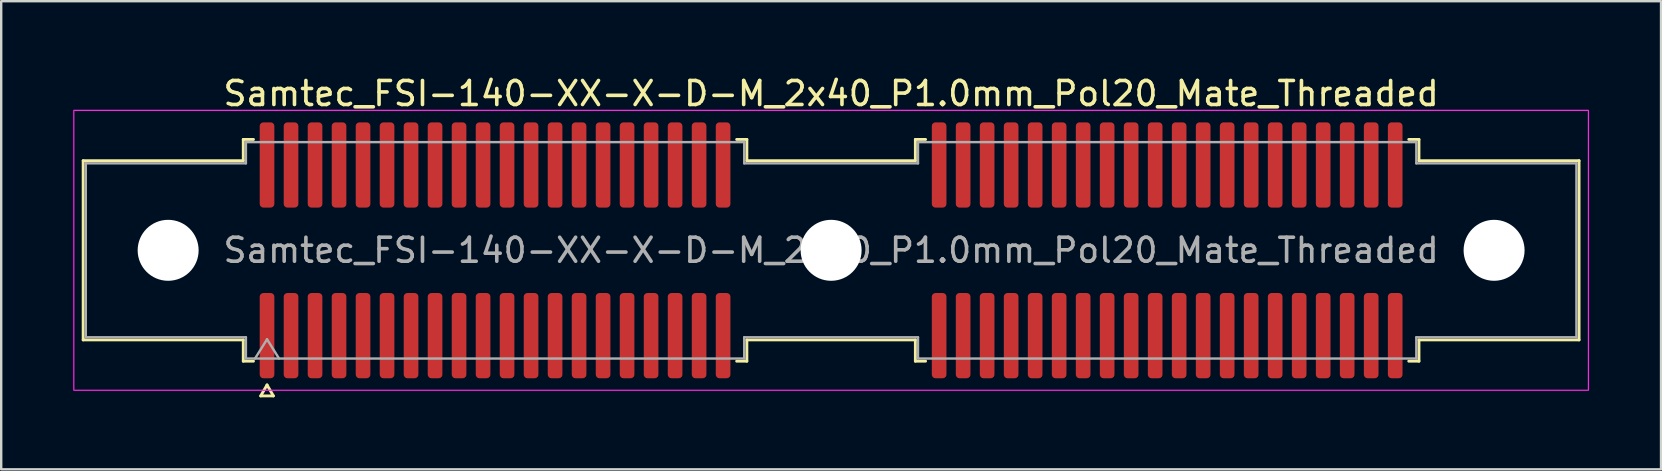
<source format=kicad_pcb>
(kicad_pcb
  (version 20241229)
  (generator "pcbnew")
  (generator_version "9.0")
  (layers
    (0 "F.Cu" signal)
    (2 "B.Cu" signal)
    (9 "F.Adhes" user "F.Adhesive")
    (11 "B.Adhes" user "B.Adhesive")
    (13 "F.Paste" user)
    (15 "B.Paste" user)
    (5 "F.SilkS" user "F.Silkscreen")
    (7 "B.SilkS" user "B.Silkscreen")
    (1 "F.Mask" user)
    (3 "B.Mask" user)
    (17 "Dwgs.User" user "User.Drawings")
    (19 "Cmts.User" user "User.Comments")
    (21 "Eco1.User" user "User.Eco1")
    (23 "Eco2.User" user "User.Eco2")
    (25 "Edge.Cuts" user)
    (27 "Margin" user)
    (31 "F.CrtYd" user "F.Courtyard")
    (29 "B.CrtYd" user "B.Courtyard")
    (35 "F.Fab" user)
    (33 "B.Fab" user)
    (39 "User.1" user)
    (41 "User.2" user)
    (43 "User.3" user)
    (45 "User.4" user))
  (footprint "Samtec_FSI-140-XX-X-D-M_2x40_P1.0mm_Pol20_Mate_Threaded"
    (layer "F.Cu")
    (at 31.575 7.378)
    (property "Reference" "Samtec_FSI-140-XX-X-D-M_2x40_P1.0mm_Pol20_Mate_Threaded" (at 0 -6.53 0) (layer "F.SilkS") (effects (font (size 1 1) (thickness 0.15))))
    (attr exclude_from_pos_files exclude_from_bom)
    (fp_line (start -31.16 -3.733) (end -24.49 -3.733) (stroke (width 0.12) (type solid)) (layer "F.SilkS"))
    (fp_line (start -31.16 3.733) (end -31.16 -3.733) (stroke (width 0.12) (type solid)) (layer "F.SilkS"))
    (fp_line (start -24.49 -4.619) (end -24.065 -4.619) (stroke (width 0.12) (type solid)) (layer "F.SilkS"))
    (fp_line (start -24.49 -3.733) (end -24.49 -4.619) (stroke (width 0.12) (type solid)) (layer "F.SilkS"))
    (fp_line (start -24.49 3.733) (end -31.16 3.733) (stroke (width 0.12) (type solid)) (layer "F.SilkS"))
    (fp_line (start -24.49 4.619) (end -24.49 3.733) (stroke (width 0.12) (type solid)) (layer "F.SilkS"))
    (fp_line (start -24.065 4.619) (end -24.49 4.619) (stroke (width 0.12) (type solid)) (layer "F.SilkS"))
    (fp_line (start -23.764 6.066) (end -23.5 5.609) (stroke (width 0.12) (type solid)) (layer "F.SilkS"))
    (fp_line (start -23.5 5.609) (end -23.236 6.066) (stroke (width 0.12) (type solid)) (layer "F.SilkS"))
    (fp_line (start -23.236 6.066) (end -23.764 6.066) (stroke (width 0.12) (type solid)) (layer "F.SilkS"))
    (fp_line (start -3.935 -4.619) (end -3.51 -4.619) (stroke (width 0.12) (type solid)) (layer "F.SilkS"))
    (fp_line (start -3.51 -4.619) (end -3.51 -3.733) (stroke (width 0.12) (type solid)) (layer "F.SilkS"))
    (fp_line (start -3.51 -3.733) (end 3.51 -3.733) (stroke (width 0.12) (type solid)) (layer "F.SilkS"))
    (fp_line (start -3.51 3.733) (end -3.51 4.619) (stroke (width 0.12) (type solid)) (layer "F.SilkS"))
    (fp_line (start -3.51 4.619) (end -3.935 4.619) (stroke (width 0.12) (type solid)) (layer "F.SilkS"))
    (fp_line (start 3.51 -4.619) (end 3.935 -4.619) (stroke (width 0.12) (type solid)) (layer "F.SilkS"))
    (fp_line (start 3.51 -3.733) (end 3.51 -4.619) (stroke (width 0.12) (type solid)) (layer "F.SilkS"))
    (fp_line (start 3.51 3.733) (end -3.51 3.733) (stroke (width 0.12) (type solid)) (layer "F.SilkS"))
    (fp_line (start 3.51 4.619) (end 3.51 3.733) (stroke (width 0.12) (type solid)) (layer "F.SilkS"))
    (fp_line (start 3.935 4.619) (end 3.51 4.619) (stroke (width 0.12) (type solid)) (layer "F.SilkS"))
    (fp_line (start 24.065 -4.619) (end 24.49 -4.619) (stroke (width 0.12) (type solid)) (layer "F.SilkS"))
    (fp_line (start 24.49 -4.619) (end 24.49 -3.733) (stroke (width 0.12) (type solid)) (layer "F.SilkS"))
    (fp_line (start 24.49 -3.733) (end 31.16 -3.733) (stroke (width 0.12) (type solid)) (layer "F.SilkS"))
    (fp_line (start 24.49 3.733) (end 24.49 4.619) (stroke (width 0.12) (type solid)) (layer "F.SilkS"))
    (fp_line (start 24.49 4.619) (end 24.065 4.619) (stroke (width 0.12) (type solid)) (layer "F.SilkS"))
    (fp_line (start 31.16 -3.733) (end 31.16 3.733) (stroke (width 0.12) (type solid)) (layer "F.SilkS"))
    (fp_line (start 31.16 3.733) (end 24.49 3.733) (stroke (width 0.12) (type solid)) (layer "F.SilkS"))
    (fp_rect (start -31.55 -5.83) (end 31.55 5.83) (stroke (width 0.05) (type solid)) (fill no) (layer "F.CrtYd"))
    (fp_line (start -31.05 -3.623) (end -24.38 -3.623) (stroke (width 0.1) (type solid)) (layer "F.Fab"))
    (fp_line (start -31.05 3.623) (end -31.05 -3.623) (stroke (width 0.1) (type solid)) (layer "F.Fab"))
    (fp_line (start -24.38 -4.508) (end -3.62 -4.508) (stroke (width 0.1) (type solid)) (layer "F.Fab"))
    (fp_line (start -24.38 -3.623) (end -24.38 -4.508) (stroke (width 0.1) (type solid)) (layer "F.Fab"))
    (fp_line (start -24.38 3.623) (end -31.05 3.623) (stroke (width 0.1) (type solid)) (layer "F.Fab"))
    (fp_line (start -24.38 4.508) (end -24.38 3.623) (stroke (width 0.1) (type solid)) (layer "F.Fab"))
    (fp_line (start -24 4.508) (end -23.5 3.708) (stroke (width 0.1) (type solid)) (layer "F.Fab"))
    (fp_line (start -23.5 3.708) (end -23 4.508) (stroke (width 0.1) (type solid)) (layer "F.Fab"))
    (fp_line (start -3.62 -4.508) (end -3.62 -3.623) (stroke (width 0.1) (type solid)) (layer "F.Fab"))
    (fp_line (start -3.62 -3.623) (end 3.62 -3.623) (stroke (width 0.1) (type solid)) (layer "F.Fab"))
    (fp_line (start -3.62 3.623) (end -3.62 4.508) (stroke (width 0.1) (type solid)) (layer "F.Fab"))
    (fp_line (start -3.62 4.508) (end -24.38 4.508) (stroke (width 0.1) (type solid)) (layer "F.Fab"))
    (fp_line (start 3.62 -4.508) (end 24.38 -4.508) (stroke (width 0.1) (type solid)) (layer "F.Fab"))
    (fp_line (start 3.62 -3.623) (end 3.62 -4.508) (stroke (width 0.1) (type solid)) (layer "F.Fab"))
    (fp_line (start 3.62 3.623) (end -3.62 3.623) (stroke (width 0.1) (type solid)) (layer "F.Fab"))
    (fp_line (start 3.62 4.508) (end 3.62 3.623) (stroke (width 0.1) (type solid)) (layer "F.Fab"))
    (fp_line (start 24.38 -4.508) (end 24.38 -3.623) (stroke (width 0.1) (type solid)) (layer "F.Fab"))
    (fp_line (start 24.38 -3.623) (end 31.05 -3.623) (stroke (width 0.1) (type solid)) (layer "F.Fab"))
    (fp_line (start 24.38 3.623) (end 24.38 4.508) (stroke (width 0.1) (type solid)) (layer "F.Fab"))
    (fp_line (start 24.38 4.508) (end 3.62 4.508) (stroke (width 0.1) (type solid)) (layer "F.Fab"))
    (fp_line (start 31.05 -3.623) (end 31.05 3.623) (stroke (width 0.1) (type solid)) (layer "F.Fab"))
    (fp_line (start 31.05 3.623) (end 24.38 3.623) (stroke (width 0.1) (type solid)) (layer "F.Fab"))
    (fp_text user "${REFERENCE}" (at 0 0 0) (layer "F.Fab") (effects (font (size 1 1) (thickness 0.15))))
    (pad "" np_thru_hole circle (at -27.62 0) (size 2.54 2.54) (drill 2.54) (layers "*.Cu" "*.Mask"))
    (pad "" np_thru_hole circle (at 0 0) (size 2.54 2.54) (drill 2.54) (layers "*.Cu" "*.Mask"))
    (pad "" np_thru_hole circle (at 27.62 0) (size 2.54 2.54) (drill 2.54) (layers "*.Cu" "*.Mask"))
    (pad "1" smd roundrect (at -23.5 3.555) (size 0.61 3.55) (layers "F.Cu" "F.Mask") (roundrect_rratio 0.25))
    (pad "2" smd roundrect (at -23.5 -3.555) (size 0.61 3.55) (layers "F.Cu" "F.Mask") (roundrect_rratio 0.25))
    (pad "3" smd roundrect (at -22.5 3.555) (size 0.61 3.55) (layers "F.Cu" "F.Mask") (roundrect_rratio 0.25))
    (pad "4" smd roundrect (at -22.5 -3.555) (size 0.61 3.55) (layers "F.Cu" "F.Mask") (roundrect_rratio 0.25))
    (pad "5" smd roundrect (at -21.5 3.555) (size 0.61 3.55) (layers "F.Cu" "F.Mask") (roundrect_rratio 0.25))
    (pad "6" smd roundrect (at -21.5 -3.555) (size 0.61 3.55) (layers "F.Cu" "F.Mask") (roundrect_rratio 0.25))
    (pad "7" smd roundrect (at -20.5 3.555) (size 0.61 3.55) (layers "F.Cu" "F.Mask") (roundrect_rratio 0.25))
    (pad "8" smd roundrect (at -20.5 -3.555) (size 0.61 3.55) (layers "F.Cu" "F.Mask") (roundrect_rratio 0.25))
    (pad "9" smd roundrect (at -19.5 3.555) (size 0.61 3.55) (layers "F.Cu" "F.Mask") (roundrect_rratio 0.25))
    (pad "10" smd roundrect (at -19.5 -3.555) (size 0.61 3.55) (layers "F.Cu" "F.Mask") (roundrect_rratio 0.25))
    (pad "11" smd roundrect (at -18.5 3.555) (size 0.61 3.55) (layers "F.Cu" "F.Mask") (roundrect_rratio 0.25))
    (pad "12" smd roundrect (at -18.5 -3.555) (size 0.61 3.55) (layers "F.Cu" "F.Mask") (roundrect_rratio 0.25))
    (pad "13" smd roundrect (at -17.5 3.555) (size 0.61 3.55) (layers "F.Cu" "F.Mask") (roundrect_rratio 0.25))
    (pad "14" smd roundrect (at -17.5 -3.555) (size 0.61 3.55) (layers "F.Cu" "F.Mask") (roundrect_rratio 0.25))
    (pad "15" smd roundrect (at -16.5 3.555) (size 0.61 3.55) (layers "F.Cu" "F.Mask") (roundrect_rratio 0.25))
    (pad "16" smd roundrect (at -16.5 -3.555) (size 0.61 3.55) (layers "F.Cu" "F.Mask") (roundrect_rratio 0.25))
    (pad "17" smd roundrect (at -15.5 3.555) (size 0.61 3.55) (layers "F.Cu" "F.Mask") (roundrect_rratio 0.25))
    (pad "18" smd roundrect (at -15.5 -3.555) (size 0.61 3.55) (layers "F.Cu" "F.Mask") (roundrect_rratio 0.25))
    (pad "19" smd roundrect (at -14.5 3.555) (size 0.61 3.55) (layers "F.Cu" "F.Mask") (roundrect_rratio 0.25))
    (pad "20" smd roundrect (at -14.5 -3.555) (size 0.61 3.55) (layers "F.Cu" "F.Mask") (roundrect_rratio 0.25))
    (pad "21" smd roundrect (at -13.5 3.555) (size 0.61 3.55) (layers "F.Cu" "F.Mask") (roundrect_rratio 0.25))
    (pad "22" smd roundrect (at -13.5 -3.555) (size 0.61 3.55) (layers "F.Cu" "F.Mask") (roundrect_rratio 0.25))
    (pad "23" smd roundrect (at -12.5 3.555) (size 0.61 3.55) (layers "F.Cu" "F.Mask") (roundrect_rratio 0.25))
    (pad "24" smd roundrect (at -12.5 -3.555) (size 0.61 3.55) (layers "F.Cu" "F.Mask") (roundrect_rratio 0.25))
    (pad "25" smd roundrect (at -11.5 3.555) (size 0.61 3.55) (layers "F.Cu" "F.Mask") (roundrect_rratio 0.25))
    (pad "26" smd roundrect (at -11.5 -3.555) (size 0.61 3.55) (layers "F.Cu" "F.Mask") (roundrect_rratio 0.25))
    (pad "27" smd roundrect (at -10.5 3.555) (size 0.61 3.55) (layers "F.Cu" "F.Mask") (roundrect_rratio 0.25))
    (pad "28" smd roundrect (at -10.5 -3.555) (size 0.61 3.55) (layers "F.Cu" "F.Mask") (roundrect_rratio 0.25))
    (pad "29" smd roundrect (at -9.5 3.555) (size 0.61 3.55) (layers "F.Cu" "F.Mask") (roundrect_rratio 0.25))
    (pad "30" smd roundrect (at -9.5 -3.555) (size 0.61 3.55) (layers "F.Cu" "F.Mask") (roundrect_rratio 0.25))
    (pad "31" smd roundrect (at -8.5 3.555) (size 0.61 3.55) (layers "F.Cu" "F.Mask") (roundrect_rratio 0.25))
    (pad "32" smd roundrect (at -8.5 -3.555) (size 0.61 3.55) (layers "F.Cu" "F.Mask") (roundrect_rratio 0.25))
    (pad "33" smd roundrect (at -7.5 3.555) (size 0.61 3.55) (layers "F.Cu" "F.Mask") (roundrect_rratio 0.25))
    (pad "34" smd roundrect (at -7.5 -3.555) (size 0.61 3.55) (layers "F.Cu" "F.Mask") (roundrect_rratio 0.25))
    (pad "35" smd roundrect (at -6.5 3.555) (size 0.61 3.55) (layers "F.Cu" "F.Mask") (roundrect_rratio 0.25))
    (pad "36" smd roundrect (at -6.5 -3.555) (size 0.61 3.55) (layers "F.Cu" "F.Mask") (roundrect_rratio 0.25))
    (pad "37" smd roundrect (at -5.5 3.555) (size 0.61 3.55) (layers "F.Cu" "F.Mask") (roundrect_rratio 0.25))
    (pad "38" smd roundrect (at -5.5 -3.555) (size 0.61 3.55) (layers "F.Cu" "F.Mask") (roundrect_rratio 0.25))
    (pad "39" smd roundrect (at -4.5 3.555) (size 0.61 3.55) (layers "F.Cu" "F.Mask") (roundrect_rratio 0.25))
    (pad "40" smd roundrect (at -4.5 -3.555) (size 0.61 3.55) (layers "F.Cu" "F.Mask") (roundrect_rratio 0.25))
    (pad "41" smd roundrect (at 4.5 3.555) (size 0.61 3.55) (layers "F.Cu" "F.Mask") (roundrect_rratio 0.25))
    (pad "42" smd roundrect (at 4.5 -3.555) (size 0.61 3.55) (layers "F.Cu" "F.Mask") (roundrect_rratio 0.25))
    (pad "43" smd roundrect (at 5.5 3.555) (size 0.61 3.55) (layers "F.Cu" "F.Mask") (roundrect_rratio 0.25))
    (pad "44" smd roundrect (at 5.5 -3.555) (size 0.61 3.55) (layers "F.Cu" "F.Mask") (roundrect_rratio 0.25))
    (pad "45" smd roundrect (at 6.5 3.555) (size 0.61 3.55) (layers "F.Cu" "F.Mask") (roundrect_rratio 0.25))
    (pad "46" smd roundrect (at 6.5 -3.555) (size 0.61 3.55) (layers "F.Cu" "F.Mask") (roundrect_rratio 0.25))
    (pad "47" smd roundrect (at 7.5 3.555) (size 0.61 3.55) (layers "F.Cu" "F.Mask") (roundrect_rratio 0.25))
    (pad "48" smd roundrect (at 7.5 -3.555) (size 0.61 3.55) (layers "F.Cu" "F.Mask") (roundrect_rratio 0.25))
    (pad "49" smd roundrect (at 8.5 3.555) (size 0.61 3.55) (layers "F.Cu" "F.Mask") (roundrect_rratio 0.25))
    (pad "50" smd roundrect (at 8.5 -3.555) (size 0.61 3.55) (layers "F.Cu" "F.Mask") (roundrect_rratio 0.25))
    (pad "51" smd roundrect (at 9.5 3.555) (size 0.61 3.55) (layers "F.Cu" "F.Mask") (roundrect_rratio 0.25))
    (pad "52" smd roundrect (at 9.5 -3.555) (size 0.61 3.55) (layers "F.Cu" "F.Mask") (roundrect_rratio 0.25))
    (pad "53" smd roundrect (at 10.5 3.555) (size 0.61 3.55) (layers "F.Cu" "F.Mask") (roundrect_rratio 0.25))
    (pad "54" smd roundrect (at 10.5 -3.555) (size 0.61 3.55) (layers "F.Cu" "F.Mask") (roundrect_rratio 0.25))
    (pad "55" smd roundrect (at 11.5 3.555) (size 0.61 3.55) (layers "F.Cu" "F.Mask") (roundrect_rratio 0.25))
    (pad "56" smd roundrect (at 11.5 -3.555) (size 0.61 3.55) (layers "F.Cu" "F.Mask") (roundrect_rratio 0.25))
    (pad "57" smd roundrect (at 12.5 3.555) (size 0.61 3.55) (layers "F.Cu" "F.Mask") (roundrect_rratio 0.25))
    (pad "58" smd roundrect (at 12.5 -3.555) (size 0.61 3.55) (layers "F.Cu" "F.Mask") (roundrect_rratio 0.25))
    (pad "59" smd roundrect (at 13.5 3.555) (size 0.61 3.55) (layers "F.Cu" "F.Mask") (roundrect_rratio 0.25))
    (pad "60" smd roundrect (at 13.5 -3.555) (size 0.61 3.55) (layers "F.Cu" "F.Mask") (roundrect_rratio 0.25))
    (pad "61" smd roundrect (at 14.5 3.555) (size 0.61 3.55) (layers "F.Cu" "F.Mask") (roundrect_rratio 0.25))
    (pad "62" smd roundrect (at 14.5 -3.555) (size 0.61 3.55) (layers "F.Cu" "F.Mask") (roundrect_rratio 0.25))
    (pad "63" smd roundrect (at 15.5 3.555) (size 0.61 3.55) (layers "F.Cu" "F.Mask") (roundrect_rratio 0.25))
    (pad "64" smd roundrect (at 15.5 -3.555) (size 0.61 3.55) (layers "F.Cu" "F.Mask") (roundrect_rratio 0.25))
    (pad "65" smd roundrect (at 16.5 3.555) (size 0.61 3.55) (layers "F.Cu" "F.Mask") (roundrect_rratio 0.25))
    (pad "66" smd roundrect (at 16.5 -3.555) (size 0.61 3.55) (layers "F.Cu" "F.Mask") (roundrect_rratio 0.25))
    (pad "67" smd roundrect (at 17.5 3.555) (size 0.61 3.55) (layers "F.Cu" "F.Mask") (roundrect_rratio 0.25))
    (pad "68" smd roundrect (at 17.5 -3.555) (size 0.61 3.55) (layers "F.Cu" "F.Mask") (roundrect_rratio 0.25))
    (pad "69" smd roundrect (at 18.5 3.555) (size 0.61 3.55) (layers "F.Cu" "F.Mask") (roundrect_rratio 0.25))
    (pad "70" smd roundrect (at 18.5 -3.555) (size 0.61 3.55) (layers "F.Cu" "F.Mask") (roundrect_rratio 0.25))
    (pad "71" smd roundrect (at 19.5 3.555) (size 0.61 3.55) (layers "F.Cu" "F.Mask") (roundrect_rratio 0.25))
    (pad "72" smd roundrect (at 19.5 -3.555) (size 0.61 3.55) (layers "F.Cu" "F.Mask") (roundrect_rratio 0.25))
    (pad "73" smd roundrect (at 20.5 3.555) (size 0.61 3.55) (layers "F.Cu" "F.Mask") (roundrect_rratio 0.25))
    (pad "74" smd roundrect (at 20.5 -3.555) (size 0.61 3.55) (layers "F.Cu" "F.Mask") (roundrect_rratio 0.25))
    (pad "75" smd roundrect (at 21.5 3.555) (size 0.61 3.55) (layers "F.Cu" "F.Mask") (roundrect_rratio 0.25))
    (pad "76" smd roundrect (at 21.5 -3.555) (size 0.61 3.55) (layers "F.Cu" "F.Mask") (roundrect_rratio 0.25))
    (pad "77" smd roundrect (at 22.5 3.555) (size 0.61 3.55) (layers "F.Cu" "F.Mask") (roundrect_rratio 0.25))
    (pad "78" smd roundrect (at 22.5 -3.555) (size 0.61 3.55) (layers "F.Cu" "F.Mask") (roundrect_rratio 0.25))
    (pad "79" smd roundrect (at 23.5 3.555) (size 0.61 3.55) (layers "F.Cu" "F.Mask") (roundrect_rratio 0.25))
    (pad "80" smd roundrect (at 23.5 -3.555) (size 0.61 3.55) (layers "F.Cu" "F.Mask") (roundrect_rratio 0.25)))
  (gr_rect
    (start -3 -3)
    (end 66.15 16.504)
    (stroke (width 0.1) (type default))
    (fill no)
    (layer "Edge.Cuts")))
</source>
